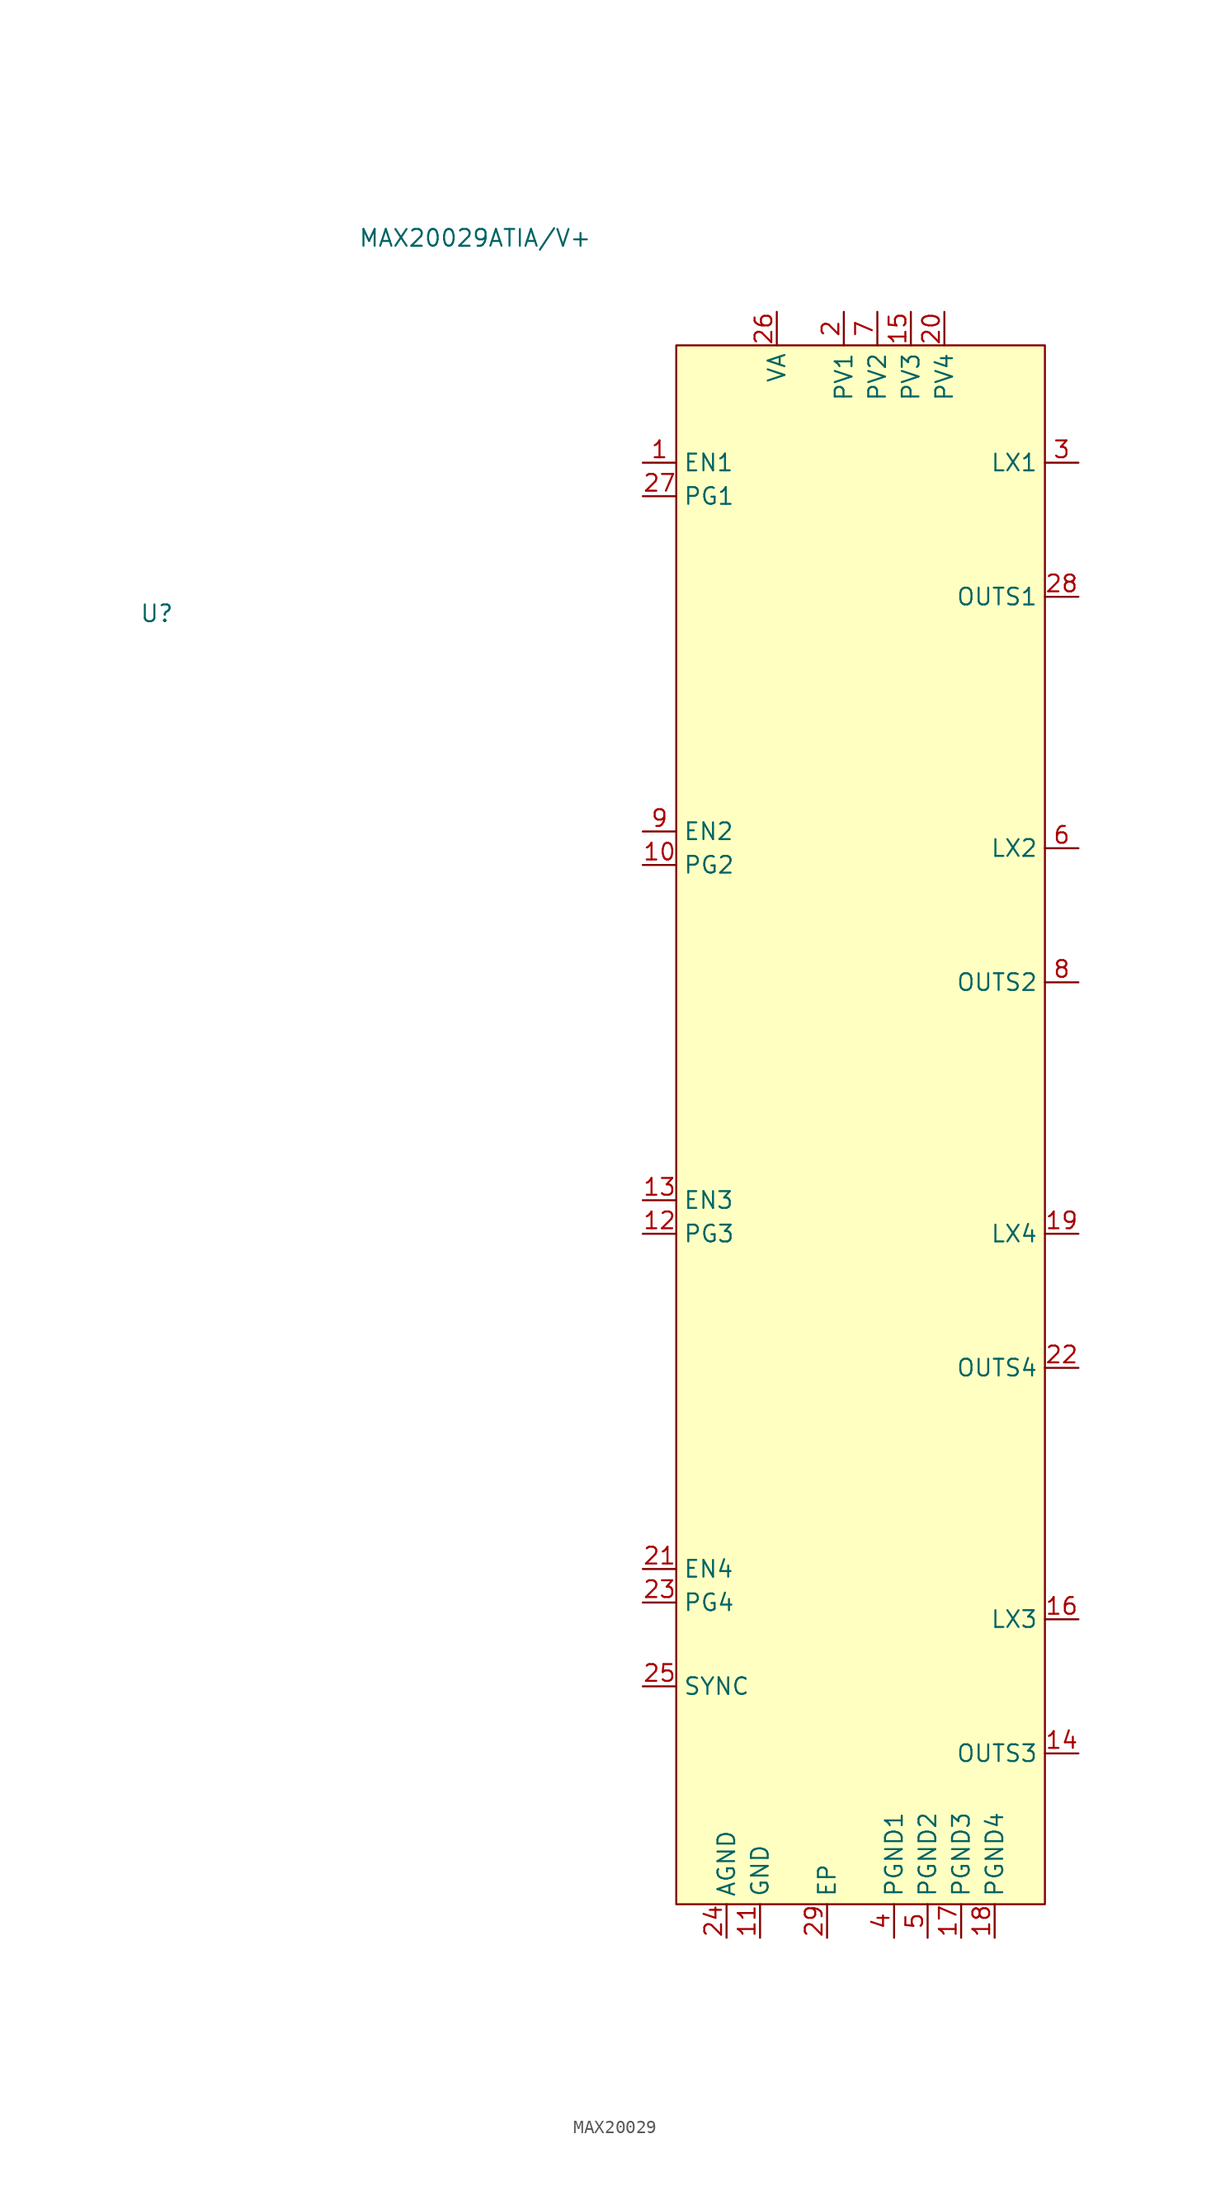
<source format=kicad_sym>
(kicad_symbol_lib
  (version 20241209)
  (generator "kicad_symbol_editor")
  (generator_version "9.0")
  (symbol "MAX20029"
    (property "Reference" "U"
      (at -53.34 43.18 0)
      (effects (font (size 1.27 1.27))))
    (property "Value" "MAX20029ATIA/V+"
      (at -29.21 71.628 0)
      (effects (font (size 1.27 1.27))))
    (symbol "MAX20029_0_1"
      (rectangle (start -13.97 63.5) (end 13.97 -54.61) (stroke (width 0) (type default)) (fill (type background)))
      (pin unspecified line (at -16.51 54.61 0) (length 2.54) (name "EN1" (effects (font (size 1.27 1.27)))) (number "1" (effects (font (size 1.27 1.27)))))
      (pin unspecified line (at -16.51 52.07 0) (length 2.54) (name "PG1" (effects (font (size 1.27 1.27)))) (number "27" (effects (font (size 1.27 1.27)))))
      (pin unspecified line (at -16.51 26.67 0) (length 2.54) (name "EN2" (effects (font (size 1.27 1.27)))) (number "9" (effects (font (size 1.27 1.27)))))
      (pin unspecified line (at -16.51 24.13 0) (length 2.54) (name "PG2" (effects (font (size 1.27 1.27)))) (number "10" (effects (font (size 1.27 1.27)))))
      (pin unspecified line (at -16.51 -1.27 0) (length 2.54) (name "EN3" (effects (font (size 1.27 1.27)))) (number "13" (effects (font (size 1.27 1.27)))))
      (pin unspecified line (at -16.51 -3.81 0) (length 2.54) (name "PG3" (effects (font (size 1.27 1.27)))) (number "12" (effects (font (size 1.27 1.27)))))
      (pin unspecified line (at -16.51 -29.21 0) (length 2.54) (name "EN4" (effects (font (size 1.27 1.27)))) (number "21" (effects (font (size 1.27 1.27)))))
      (pin unspecified line (at -16.51 -31.75 0) (length 2.54) (name "PG4" (effects (font (size 1.27 1.27)))) (number "23" (effects (font (size 1.27 1.27)))))
      (pin unspecified line (at -16.51 -38.1 0) (length 2.54) (name "SYNC" (effects (font (size 1.27 1.27)))) (number "25" (effects (font (size 1.27 1.27)))))
      (pin unspecified line (at -7.62 -57.15 90) (length 2.54) (name "GND" (effects (font (size 1.27 1.27)))) (number "11" (effects (font (size 1.27 1.27)))))
      (pin unspecified line (at -6.35 66.04 270) (length 2.54) (name "VA" (effects (font (size 1.27 1.27)))) (number "26" (effects (font (size 1.27 1.27)))))
      (pin unspecified line (at -2.54 -57.15 90) (length 2.54) (name "EP" (effects (font (size 1.27 1.27)))) (number "29" (effects (font (size 1.27 1.27)))))
      (pin unspecified line (at 2.54 -57.15 90) (length 2.54) (name "PGND1" (effects (font (size 1.27 1.27)))) (number "4" (effects (font (size 1.27 1.27)))))
      (pin unspecified line (at 5.08 -57.15 90) (length 2.54) (name "PGND2" (effects (font (size 1.27 1.27)))) (number "5" (effects (font (size 1.27 1.27)))))
      (pin unspecified line (at 7.62 -57.15 90) (length 2.54) (name "PGND3" (effects (font (size 1.27 1.27)))) (number "17" (effects (font (size 1.27 1.27)))))
      (pin unspecified line (at 10.16 -57.15 90) (length 2.54) (name "PGND4" (effects (font (size 1.27 1.27)))) (number "18" (effects (font (size 1.27 1.27)))))
      (pin unspecified line (at 16.51 54.61 180) (length 2.54) (name "LX1" (effects (font (size 1.27 1.27)))) (number "3" (effects (font (size 1.27 1.27)))))
      (pin unspecified line (at 16.51 44.45 180) (length 2.54) (name "OUTS1" (effects (font (size 1.27 1.27)))) (number "28" (effects (font (size 1.27 1.27)))))
      (pin unspecified line (at 16.51 25.4 180) (length 2.54) (name "LX2" (effects (font (size 1.27 1.27)))) (number "6" (effects (font (size 1.27 1.27)))))
      (pin unspecified line (at 16.51 15.24 180) (length 2.54) (name "OUTS2" (effects (font (size 1.27 1.27)))) (number "8" (effects (font (size 1.27 1.27)))))
      (pin unspecified line (at 16.51 -3.81 180) (length 2.54) (name "LX4" (effects (font (size 1.27 1.27)))) (number "19" (effects (font (size 1.27 1.27)))))
      (pin unspecified line (at 16.51 -13.97 180) (length 2.54) (name "OUTS4" (effects (font (size 1.27 1.27)))) (number "22" (effects (font (size 1.27 1.27)))))
      (pin unspecified line (at 16.51 -33.02 180) (length 2.54) (name "LX3" (effects (font (size 1.27 1.27)))) (number "16" (effects (font (size 1.27 1.27)))))
      (pin unspecified line (at 16.51 -43.18 180) (length 2.54) (name "OUTS3" (effects (font (size 1.27 1.27)))) (number "14" (effects (font (size 1.27 1.27))))))
    (symbol "MAX20029_1_1"
      (pin unspecified line (at -10.16 -57.15 90) (length 2.54) (name "AGND" (effects (font (size 1.27 1.27)))) (number "24" (effects (font (size 1.27 1.27)))))
      (pin unspecified line (at -1.27 66.04 270) (length 2.54) (name "PV1" (effects (font (size 1.27 1.27)))) (number "2" (effects (font (size 1.27 1.27)))))
      (pin unspecified line (at 1.27 66.04 270) (length 2.54) (name "PV2" (effects (font (size 1.27 1.27)))) (number "7" (effects (font (size 1.27 1.27)))))
      (pin unspecified line (at 3.81 66.04 270) (length 2.54) (name "PV3" (effects (font (size 1.27 1.27)))) (number "15" (effects (font (size 1.27 1.27)))))
      (pin unspecified line (at 6.35 66.04 270) (length 2.54) (name "PV4" (effects (font (size 1.27 1.27)))) (number "20" (effects (font (size 1.27 1.27))))))))
</source>
